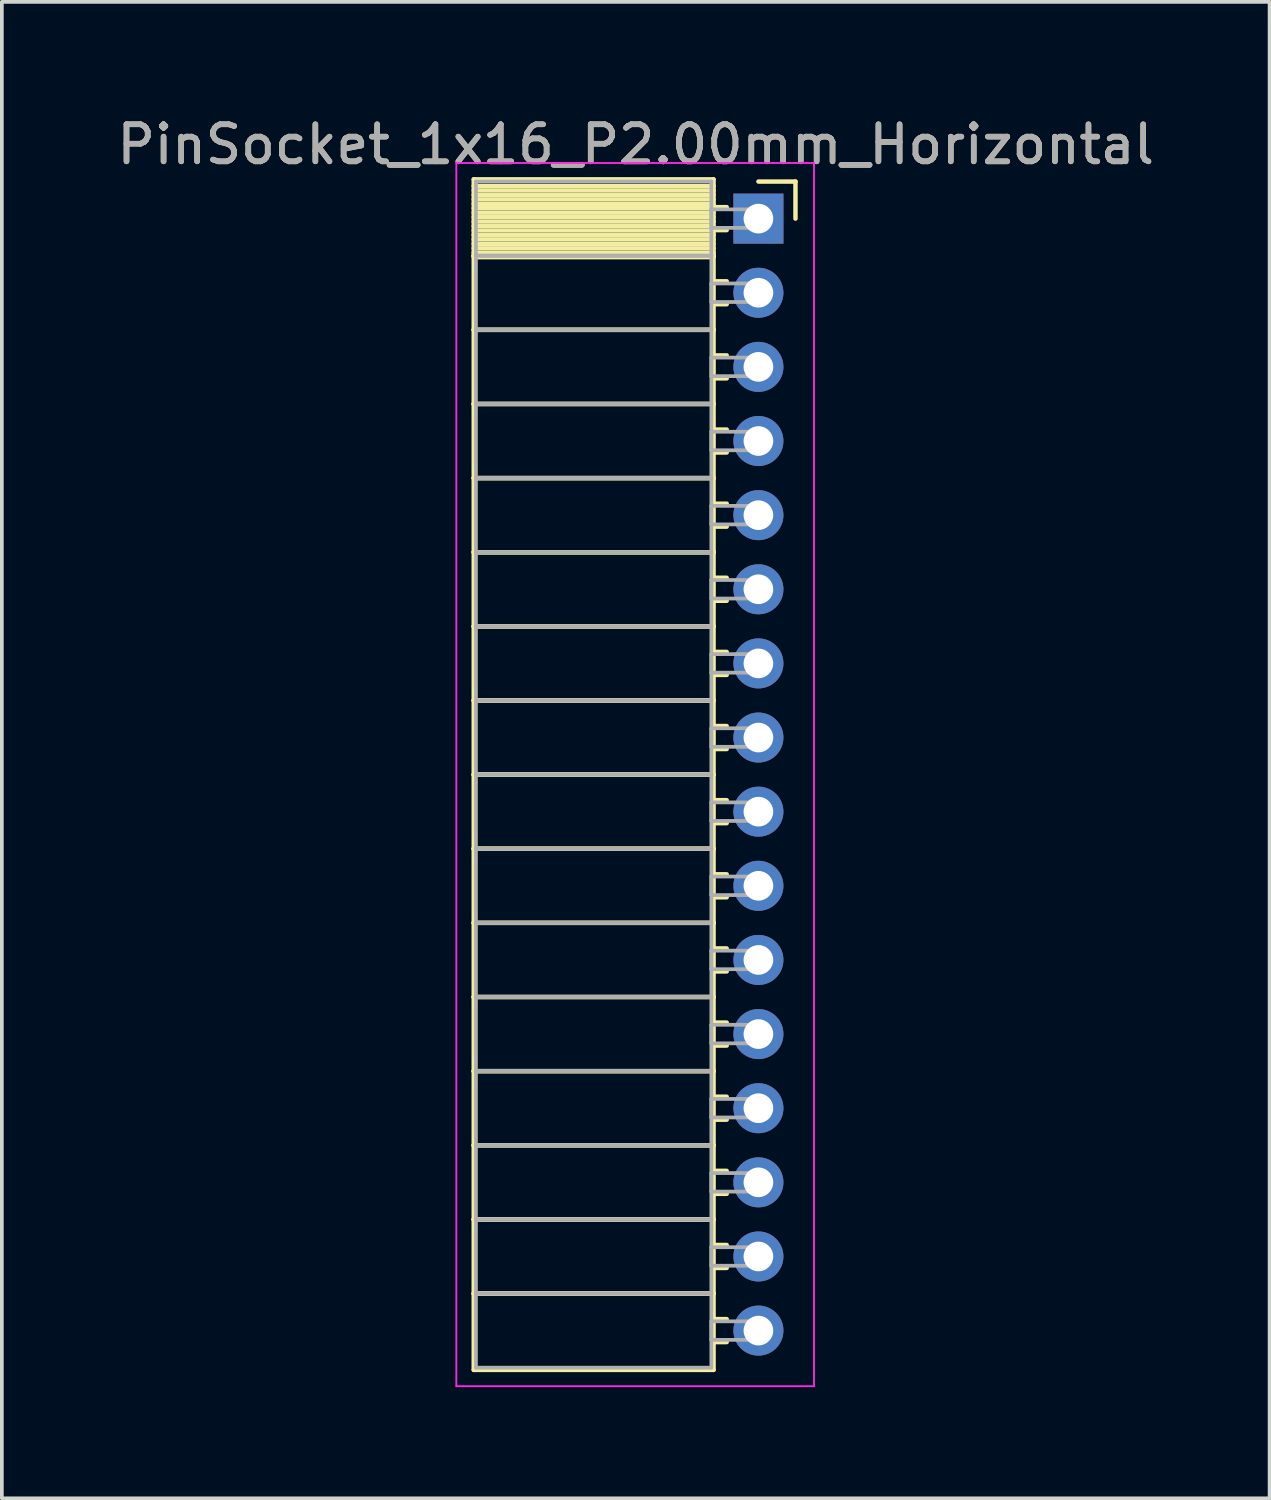
<source format=kicad_pcb>
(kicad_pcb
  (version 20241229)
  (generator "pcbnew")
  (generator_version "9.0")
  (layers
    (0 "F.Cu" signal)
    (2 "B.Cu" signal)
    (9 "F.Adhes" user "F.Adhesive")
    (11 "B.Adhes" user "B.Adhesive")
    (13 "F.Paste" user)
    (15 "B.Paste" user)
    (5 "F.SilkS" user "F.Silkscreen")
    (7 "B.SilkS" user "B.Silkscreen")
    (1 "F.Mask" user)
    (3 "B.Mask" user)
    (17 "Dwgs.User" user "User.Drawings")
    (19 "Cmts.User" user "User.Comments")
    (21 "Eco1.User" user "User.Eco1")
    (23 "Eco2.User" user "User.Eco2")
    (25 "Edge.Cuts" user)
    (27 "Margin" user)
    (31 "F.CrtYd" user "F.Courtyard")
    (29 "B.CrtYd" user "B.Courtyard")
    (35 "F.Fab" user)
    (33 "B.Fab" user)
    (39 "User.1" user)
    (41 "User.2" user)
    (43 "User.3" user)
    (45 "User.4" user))
  (footprint "PinSocket_1x16_P2.00mm_Horizontal"
    (layer "F.Cu")
    (at 17.411 2.848)
    (property "Reference" "PinSocket_1x16_P2.00mm_Horizontal" (at -3.31 -2 0) (layer "F.SilkS") (effects (font (size 1 1) (thickness 0.15))))
    (attr through_hole)
    (fp_line (start -7.68 -1.06) (end -1.21 -1.06) (stroke (width 0.12) (type solid)) (layer "F.SilkS"))
    (fp_line (start -7.68 1) (end -7.68 -1.06) (stroke (width 0.12) (type solid)) (layer "F.SilkS"))
    (fp_line (start -7.68 1) (end -1.21 1) (stroke (width 0.12) (type solid)) (layer "F.SilkS"))
    (fp_line (start -7.68 3) (end -7.68 1) (stroke (width 0.12) (type solid)) (layer "F.SilkS"))
    (fp_line (start -7.68 3) (end -1.21 3) (stroke (width 0.12) (type solid)) (layer "F.SilkS"))
    (fp_line (start -7.68 5) (end -7.68 3) (stroke (width 0.12) (type solid)) (layer "F.SilkS"))
    (fp_line (start -7.68 5) (end -1.21 5) (stroke (width 0.12) (type solid)) (layer "F.SilkS"))
    (fp_line (start -7.68 7) (end -7.68 5) (stroke (width 0.12) (type solid)) (layer "F.SilkS"))
    (fp_line (start -7.68 7) (end -1.21 7) (stroke (width 0.12) (type solid)) (layer "F.SilkS"))
    (fp_line (start -7.68 9) (end -7.68 7) (stroke (width 0.12) (type solid)) (layer "F.SilkS"))
    (fp_line (start -7.68 9) (end -1.21 9) (stroke (width 0.12) (type solid)) (layer "F.SilkS"))
    (fp_line (start -7.68 11) (end -7.68 9) (stroke (width 0.12) (type solid)) (layer "F.SilkS"))
    (fp_line (start -7.68 11) (end -1.21 11) (stroke (width 0.12) (type solid)) (layer "F.SilkS"))
    (fp_line (start -7.68 13) (end -7.68 11) (stroke (width 0.12) (type solid)) (layer "F.SilkS"))
    (fp_line (start -7.68 13) (end -1.21 13) (stroke (width 0.12) (type solid)) (layer "F.SilkS"))
    (fp_line (start -7.68 15) (end -7.68 13) (stroke (width 0.12) (type solid)) (layer "F.SilkS"))
    (fp_line (start -7.68 15) (end -1.21 15) (stroke (width 0.12) (type solid)) (layer "F.SilkS"))
    (fp_line (start -7.68 17) (end -7.68 15) (stroke (width 0.12) (type solid)) (layer "F.SilkS"))
    (fp_line (start -7.68 17) (end -1.21 17) (stroke (width 0.12) (type solid)) (layer "F.SilkS"))
    (fp_line (start -7.68 19) (end -7.68 17) (stroke (width 0.12) (type solid)) (layer "F.SilkS"))
    (fp_line (start -7.68 19) (end -1.21 19) (stroke (width 0.12) (type solid)) (layer "F.SilkS"))
    (fp_line (start -7.68 21) (end -7.68 19) (stroke (width 0.12) (type solid)) (layer "F.SilkS"))
    (fp_line (start -7.68 21) (end -1.21 21) (stroke (width 0.12) (type solid)) (layer "F.SilkS"))
    (fp_line (start -7.68 23) (end -7.68 21) (stroke (width 0.12) (type solid)) (layer "F.SilkS"))
    (fp_line (start -7.68 23) (end -1.21 23) (stroke (width 0.12) (type solid)) (layer "F.SilkS"))
    (fp_line (start -7.68 25) (end -7.68 23) (stroke (width 0.12) (type solid)) (layer "F.SilkS"))
    (fp_line (start -7.68 25) (end -1.21 25) (stroke (width 0.12) (type solid)) (layer "F.SilkS"))
    (fp_line (start -7.68 27) (end -7.68 25) (stroke (width 0.12) (type solid)) (layer "F.SilkS"))
    (fp_line (start -7.68 27) (end -1.21 27) (stroke (width 0.12) (type solid)) (layer "F.SilkS"))
    (fp_line (start -7.68 29) (end -7.68 27) (stroke (width 0.12) (type solid)) (layer "F.SilkS"))
    (fp_line (start -7.68 29) (end -1.21 29) (stroke (width 0.12) (type solid)) (layer "F.SilkS"))
    (fp_line (start -7.68 31.06) (end -7.68 29) (stroke (width 0.12) (type solid)) (layer "F.SilkS"))
    (fp_line (start -1.21 -1.06) (end -1.21 1) (stroke (width 0.12) (type solid)) (layer "F.SilkS"))
    (fp_line (start -1.21 -0.88) (end -7.68 -0.88) (stroke (width 0.12) (type solid)) (layer "F.SilkS"))
    (fp_line (start -1.21 -0.76) (end -7.68 -0.76) (stroke (width 0.12) (type solid)) (layer "F.SilkS"))
    (fp_line (start -1.21 -0.64) (end -7.68 -0.64) (stroke (width 0.12) (type solid)) (layer "F.SilkS"))
    (fp_line (start -1.21 -0.52) (end -7.68 -0.52) (stroke (width 0.12) (type solid)) (layer "F.SilkS"))
    (fp_line (start -1.21 -0.4) (end -7.68 -0.4) (stroke (width 0.12) (type solid)) (layer "F.SilkS"))
    (fp_line (start -1.21 -0.28) (end -7.68 -0.28) (stroke (width 0.12) (type solid)) (layer "F.SilkS"))
    (fp_line (start -1.21 -0.16) (end -7.68 -0.16) (stroke (width 0.12) (type solid)) (layer "F.SilkS"))
    (fp_line (start -1.21 -0.04) (end -7.68 -0.04) (stroke (width 0.12) (type solid)) (layer "F.SilkS"))
    (fp_line (start -1.21 0.08) (end -7.68 0.08) (stroke (width 0.12) (type solid)) (layer "F.SilkS"))
    (fp_line (start -1.21 0.2) (end -7.68 0.2) (stroke (width 0.12) (type solid)) (layer "F.SilkS"))
    (fp_line (start -1.21 0.32) (end -7.68 0.32) (stroke (width 0.12) (type solid)) (layer "F.SilkS"))
    (fp_line (start -1.21 0.44) (end -7.68 0.44) (stroke (width 0.12) (type solid)) (layer "F.SilkS"))
    (fp_line (start -1.21 0.56) (end -7.68 0.56) (stroke (width 0.12) (type solid)) (layer "F.SilkS"))
    (fp_line (start -1.21 0.68) (end -7.68 0.68) (stroke (width 0.12) (type solid)) (layer "F.SilkS"))
    (fp_line (start -1.21 0.8) (end -7.68 0.8) (stroke (width 0.12) (type solid)) (layer "F.SilkS"))
    (fp_line (start -1.21 0.92) (end -7.68 0.92) (stroke (width 0.12) (type solid)) (layer "F.SilkS"))
    (fp_line (start -1.21 1) (end -7.68 1) (stroke (width 0.12) (type solid)) (layer "F.SilkS"))
    (fp_line (start -1.21 1) (end -1.21 3) (stroke (width 0.12) (type solid)) (layer "F.SilkS"))
    (fp_line (start -1.21 1.04) (end -7.68 1.04) (stroke (width 0.12) (type solid)) (layer "F.SilkS"))
    (fp_line (start -1.21 3) (end -7.68 3) (stroke (width 0.12) (type solid)) (layer "F.SilkS"))
    (fp_line (start -1.21 3) (end -1.21 5) (stroke (width 0.12) (type solid)) (layer "F.SilkS"))
    (fp_line (start -1.21 5) (end -7.68 5) (stroke (width 0.12) (type solid)) (layer "F.SilkS"))
    (fp_line (start -1.21 5) (end -1.21 7) (stroke (width 0.12) (type solid)) (layer "F.SilkS"))
    (fp_line (start -1.21 7) (end -7.68 7) (stroke (width 0.12) (type solid)) (layer "F.SilkS"))
    (fp_line (start -1.21 7) (end -1.21 9) (stroke (width 0.12) (type solid)) (layer "F.SilkS"))
    (fp_line (start -1.21 9) (end -7.68 9) (stroke (width 0.12) (type solid)) (layer "F.SilkS"))
    (fp_line (start -1.21 9) (end -1.21 11) (stroke (width 0.12) (type solid)) (layer "F.SilkS"))
    (fp_line (start -1.21 11) (end -7.68 11) (stroke (width 0.12) (type solid)) (layer "F.SilkS"))
    (fp_line (start -1.21 11) (end -1.21 13) (stroke (width 0.12) (type solid)) (layer "F.SilkS"))
    (fp_line (start -1.21 13) (end -7.68 13) (stroke (width 0.12) (type solid)) (layer "F.SilkS"))
    (fp_line (start -1.21 13) (end -1.21 15) (stroke (width 0.12) (type solid)) (layer "F.SilkS"))
    (fp_line (start -1.21 15) (end -7.68 15) (stroke (width 0.12) (type solid)) (layer "F.SilkS"))
    (fp_line (start -1.21 15) (end -1.21 17) (stroke (width 0.12) (type solid)) (layer "F.SilkS"))
    (fp_line (start -1.21 17) (end -7.68 17) (stroke (width 0.12) (type solid)) (layer "F.SilkS"))
    (fp_line (start -1.21 17) (end -1.21 19) (stroke (width 0.12) (type solid)) (layer "F.SilkS"))
    (fp_line (start -1.21 19) (end -7.68 19) (stroke (width 0.12) (type solid)) (layer "F.SilkS"))
    (fp_line (start -1.21 19) (end -1.21 21) (stroke (width 0.12) (type solid)) (layer "F.SilkS"))
    (fp_line (start -1.21 21) (end -7.68 21) (stroke (width 0.12) (type solid)) (layer "F.SilkS"))
    (fp_line (start -1.21 21) (end -1.21 23) (stroke (width 0.12) (type solid)) (layer "F.SilkS"))
    (fp_line (start -1.21 23) (end -7.68 23) (stroke (width 0.12) (type solid)) (layer "F.SilkS"))
    (fp_line (start -1.21 23) (end -1.21 25) (stroke (width 0.12) (type solid)) (layer "F.SilkS"))
    (fp_line (start -1.21 25) (end -7.68 25) (stroke (width 0.12) (type solid)) (layer "F.SilkS"))
    (fp_line (start -1.21 25) (end -1.21 27) (stroke (width 0.12) (type solid)) (layer "F.SilkS"))
    (fp_line (start -1.21 27) (end -7.68 27) (stroke (width 0.12) (type solid)) (layer "F.SilkS"))
    (fp_line (start -1.21 27) (end -1.21 29) (stroke (width 0.12) (type solid)) (layer "F.SilkS"))
    (fp_line (start -1.21 29) (end -7.68 29) (stroke (width 0.12) (type solid)) (layer "F.SilkS"))
    (fp_line (start -1.21 29) (end -1.21 31.06) (stroke (width 0.12) (type solid)) (layer "F.SilkS"))
    (fp_line (start -1.21 31.06) (end -7.68 31.06) (stroke (width 0.12) (type solid)) (layer "F.SilkS"))
    (fp_line (start -0.855 -0.31) (end -1.21 -0.31) (stroke (width 0.12) (type solid)) (layer "F.SilkS"))
    (fp_line (start -0.855 0.31) (end -1.21 0.31) (stroke (width 0.12) (type solid)) (layer "F.SilkS"))
    (fp_line (start -0.855 1.69) (end -1.21 1.69) (stroke (width 0.12) (type solid)) (layer "F.SilkS"))
    (fp_line (start -0.855 2.31) (end -1.21 2.31) (stroke (width 0.12) (type solid)) (layer "F.SilkS"))
    (fp_line (start -0.855 3.69) (end -1.21 3.69) (stroke (width 0.12) (type solid)) (layer "F.SilkS"))
    (fp_line (start -0.855 4.31) (end -1.21 4.31) (stroke (width 0.12) (type solid)) (layer "F.SilkS"))
    (fp_line (start -0.855 5.69) (end -1.21 5.69) (stroke (width 0.12) (type solid)) (layer "F.SilkS"))
    (fp_line (start -0.855 6.31) (end -1.21 6.31) (stroke (width 0.12) (type solid)) (layer "F.SilkS"))
    (fp_line (start -0.855 7.69) (end -1.21 7.69) (stroke (width 0.12) (type solid)) (layer "F.SilkS"))
    (fp_line (start -0.855 8.31) (end -1.21 8.31) (stroke (width 0.12) (type solid)) (layer "F.SilkS"))
    (fp_line (start -0.855 9.69) (end -1.21 9.69) (stroke (width 0.12) (type solid)) (layer "F.SilkS"))
    (fp_line (start -0.855 10.31) (end -1.21 10.31) (stroke (width 0.12) (type solid)) (layer "F.SilkS"))
    (fp_line (start -0.855 11.69) (end -1.21 11.69) (stroke (width 0.12) (type solid)) (layer "F.SilkS"))
    (fp_line (start -0.855 12.31) (end -1.21 12.31) (stroke (width 0.12) (type solid)) (layer "F.SilkS"))
    (fp_line (start -0.855 13.69) (end -1.21 13.69) (stroke (width 0.12) (type solid)) (layer "F.SilkS"))
    (fp_line (start -0.855 14.31) (end -1.21 14.31) (stroke (width 0.12) (type solid)) (layer "F.SilkS"))
    (fp_line (start -0.855 15.69) (end -1.21 15.69) (stroke (width 0.12) (type solid)) (layer "F.SilkS"))
    (fp_line (start -0.855 16.31) (end -1.21 16.31) (stroke (width 0.12) (type solid)) (layer "F.SilkS"))
    (fp_line (start -0.855 17.69) (end -1.21 17.69) (stroke (width 0.12) (type solid)) (layer "F.SilkS"))
    (fp_line (start -0.855 18.31) (end -1.21 18.31) (stroke (width 0.12) (type solid)) (layer "F.SilkS"))
    (fp_line (start -0.855 19.69) (end -1.21 19.69) (stroke (width 0.12) (type solid)) (layer "F.SilkS"))
    (fp_line (start -0.855 20.31) (end -1.21 20.31) (stroke (width 0.12) (type solid)) (layer "F.SilkS"))
    (fp_line (start -0.855 21.69) (end -1.21 21.69) (stroke (width 0.12) (type solid)) (layer "F.SilkS"))
    (fp_line (start -0.855 22.31) (end -1.21 22.31) (stroke (width 0.12) (type solid)) (layer "F.SilkS"))
    (fp_line (start -0.855 23.69) (end -1.21 23.69) (stroke (width 0.12) (type solid)) (layer "F.SilkS"))
    (fp_line (start -0.855 24.31) (end -1.21 24.31) (stroke (width 0.12) (type solid)) (layer "F.SilkS"))
    (fp_line (start -0.855 25.69) (end -1.21 25.69) (stroke (width 0.12) (type solid)) (layer "F.SilkS"))
    (fp_line (start -0.855 26.31) (end -1.21 26.31) (stroke (width 0.12) (type solid)) (layer "F.SilkS"))
    (fp_line (start -0.855 27.69) (end -1.21 27.69) (stroke (width 0.12) (type solid)) (layer "F.SilkS"))
    (fp_line (start -0.855 28.31) (end -1.21 28.31) (stroke (width 0.12) (type solid)) (layer "F.SilkS"))
    (fp_line (start -0.855 29.69) (end -1.21 29.69) (stroke (width 0.12) (type solid)) (layer "F.SilkS"))
    (fp_line (start -0.855 30.31) (end -1.21 30.31) (stroke (width 0.12) (type solid)) (layer "F.SilkS"))
    (fp_line (start 0 -1) (end 1 -1) (stroke (width 0.12) (type solid)) (layer "F.SilkS"))
    (fp_line (start 1 -1) (end 1 0) (stroke (width 0.12) (type solid)) (layer "F.SilkS"))
    (fp_line (start -8.15 -1.5) (end 1.5 -1.5) (stroke (width 0.05) (type solid)) (layer "F.CrtYd"))
    (fp_line (start -8.15 31.5) (end -8.15 -1.5) (stroke (width 0.05) (type solid)) (layer "F.CrtYd"))
    (fp_line (start 1.5 -1.5) (end 1.5 31.5) (stroke (width 0.05) (type solid)) (layer "F.CrtYd"))
    (fp_line (start 1.5 31.5) (end -8.15 31.5) (stroke (width 0.05) (type solid)) (layer "F.CrtYd"))
    (fp_line (start -7.62 -1) (end -1.27 -1) (stroke (width 0.1) (type solid)) (layer "F.Fab"))
    (fp_line (start -7.62 1) (end -7.62 -1) (stroke (width 0.1) (type solid)) (layer "F.Fab"))
    (fp_line (start -7.62 1) (end -1.27 1) (stroke (width 0.1) (type solid)) (layer "F.Fab"))
    (fp_line (start -7.62 3) (end -7.62 1) (stroke (width 0.1) (type solid)) (layer "F.Fab"))
    (fp_line (start -7.62 3) (end -1.27 3) (stroke (width 0.1) (type solid)) (layer "F.Fab"))
    (fp_line (start -7.62 5) (end -7.62 3) (stroke (width 0.1) (type solid)) (layer "F.Fab"))
    (fp_line (start -7.62 5) (end -1.27 5) (stroke (width 0.1) (type solid)) (layer "F.Fab"))
    (fp_line (start -7.62 7) (end -7.62 5) (stroke (width 0.1) (type solid)) (layer "F.Fab"))
    (fp_line (start -7.62 7) (end -1.27 7) (stroke (width 0.1) (type solid)) (layer "F.Fab"))
    (fp_line (start -7.62 9) (end -7.62 7) (stroke (width 0.1) (type solid)) (layer "F.Fab"))
    (fp_line (start -7.62 9) (end -1.27 9) (stroke (width 0.1) (type solid)) (layer "F.Fab"))
    (fp_line (start -7.62 11) (end -7.62 9) (stroke (width 0.1) (type solid)) (layer "F.Fab"))
    (fp_line (start -7.62 11) (end -1.27 11) (stroke (width 0.1) (type solid)) (layer "F.Fab"))
    (fp_line (start -7.62 13) (end -7.62 11) (stroke (width 0.1) (type solid)) (layer "F.Fab"))
    (fp_line (start -7.62 13) (end -1.27 13) (stroke (width 0.1) (type solid)) (layer "F.Fab"))
    (fp_line (start -7.62 15) (end -7.62 13) (stroke (width 0.1) (type solid)) (layer "F.Fab"))
    (fp_line (start -7.62 15) (end -1.27 15) (stroke (width 0.1) (type solid)) (layer "F.Fab"))
    (fp_line (start -7.62 17) (end -7.62 15) (stroke (width 0.1) (type solid)) (layer "F.Fab"))
    (fp_line (start -7.62 17) (end -1.27 17) (stroke (width 0.1) (type solid)) (layer "F.Fab"))
    (fp_line (start -7.62 19) (end -7.62 17) (stroke (width 0.1) (type solid)) (layer "F.Fab"))
    (fp_line (start -7.62 19) (end -1.27 19) (stroke (width 0.1) (type solid)) (layer "F.Fab"))
    (fp_line (start -7.62 21) (end -7.62 19) (stroke (width 0.1) (type solid)) (layer "F.Fab"))
    (fp_line (start -7.62 21) (end -1.27 21) (stroke (width 0.1) (type solid)) (layer "F.Fab"))
    (fp_line (start -7.62 23) (end -7.62 21) (stroke (width 0.1) (type solid)) (layer "F.Fab"))
    (fp_line (start -7.62 23) (end -1.27 23) (stroke (width 0.1) (type solid)) (layer "F.Fab"))
    (fp_line (start -7.62 25) (end -7.62 23) (stroke (width 0.1) (type solid)) (layer "F.Fab"))
    (fp_line (start -7.62 25) (end -1.27 25) (stroke (width 0.1) (type solid)) (layer "F.Fab"))
    (fp_line (start -7.62 27) (end -7.62 25) (stroke (width 0.1) (type solid)) (layer "F.Fab"))
    (fp_line (start -7.62 27) (end -1.27 27) (stroke (width 0.1) (type solid)) (layer "F.Fab"))
    (fp_line (start -7.62 29) (end -7.62 27) (stroke (width 0.1) (type solid)) (layer "F.Fab"))
    (fp_line (start -7.62 29) (end -1.27 29) (stroke (width 0.1) (type solid)) (layer "F.Fab"))
    (fp_line (start -7.62 31) (end -7.62 29) (stroke (width 0.1) (type solid)) (layer "F.Fab"))
    (fp_line (start -1.27 -1) (end -1.27 1) (stroke (width 0.1) (type solid)) (layer "F.Fab"))
    (fp_line (start -1.27 -0.25) (end 0 -0.25) (stroke (width 0.1) (type solid)) (layer "F.Fab"))
    (fp_line (start -1.27 0.25) (end -1.27 -0.25) (stroke (width 0.1) (type solid)) (layer "F.Fab"))
    (fp_line (start -1.27 1) (end -7.62 1) (stroke (width 0.1) (type solid)) (layer "F.Fab"))
    (fp_line (start -1.27 1) (end -1.27 3) (stroke (width 0.1) (type solid)) (layer "F.Fab"))
    (fp_line (start -1.27 1.75) (end 0 1.75) (stroke (width 0.1) (type solid)) (layer "F.Fab"))
    (fp_line (start -1.27 2.25) (end -1.27 1.75) (stroke (width 0.1) (type solid)) (layer "F.Fab"))
    (fp_line (start -1.27 3) (end -7.62 3) (stroke (width 0.1) (type solid)) (layer "F.Fab"))
    (fp_line (start -1.27 3) (end -1.27 5) (stroke (width 0.1) (type solid)) (layer "F.Fab"))
    (fp_line (start -1.27 3.75) (end 0 3.75) (stroke (width 0.1) (type solid)) (layer "F.Fab"))
    (fp_line (start -1.27 4.25) (end -1.27 3.75) (stroke (width 0.1) (type solid)) (layer "F.Fab"))
    (fp_line (start -1.27 5) (end -7.62 5) (stroke (width 0.1) (type solid)) (layer "F.Fab"))
    (fp_line (start -1.27 5) (end -1.27 7) (stroke (width 0.1) (type solid)) (layer "F.Fab"))
    (fp_line (start -1.27 5.75) (end 0 5.75) (stroke (width 0.1) (type solid)) (layer "F.Fab"))
    (fp_line (start -1.27 6.25) (end -1.27 5.75) (stroke (width 0.1) (type solid)) (layer "F.Fab"))
    (fp_line (start -1.27 7) (end -7.62 7) (stroke (width 0.1) (type solid)) (layer "F.Fab"))
    (fp_line (start -1.27 7) (end -1.27 9) (stroke (width 0.1) (type solid)) (layer "F.Fab"))
    (fp_line (start -1.27 7.75) (end 0 7.75) (stroke (width 0.1) (type solid)) (layer "F.Fab"))
    (fp_line (start -1.27 8.25) (end -1.27 7.75) (stroke (width 0.1) (type solid)) (layer "F.Fab"))
    (fp_line (start -1.27 9) (end -7.62 9) (stroke (width 0.1) (type solid)) (layer "F.Fab"))
    (fp_line (start -1.27 9) (end -1.27 11) (stroke (width 0.1) (type solid)) (layer "F.Fab"))
    (fp_line (start -1.27 9.75) (end 0 9.75) (stroke (width 0.1) (type solid)) (layer "F.Fab"))
    (fp_line (start -1.27 10.25) (end -1.27 9.75) (stroke (width 0.1) (type solid)) (layer "F.Fab"))
    (fp_line (start -1.27 11) (end -7.62 11) (stroke (width 0.1) (type solid)) (layer "F.Fab"))
    (fp_line (start -1.27 11) (end -1.27 13) (stroke (width 0.1) (type solid)) (layer "F.Fab"))
    (fp_line (start -1.27 11.75) (end 0 11.75) (stroke (width 0.1) (type solid)) (layer "F.Fab"))
    (fp_line (start -1.27 12.25) (end -1.27 11.75) (stroke (width 0.1) (type solid)) (layer "F.Fab"))
    (fp_line (start -1.27 13) (end -7.62 13) (stroke (width 0.1) (type solid)) (layer "F.Fab"))
    (fp_line (start -1.27 13) (end -1.27 15) (stroke (width 0.1) (type solid)) (layer "F.Fab"))
    (fp_line (start -1.27 13.75) (end 0 13.75) (stroke (width 0.1) (type solid)) (layer "F.Fab"))
    (fp_line (start -1.27 14.25) (end -1.27 13.75) (stroke (width 0.1) (type solid)) (layer "F.Fab"))
    (fp_line (start -1.27 15) (end -7.62 15) (stroke (width 0.1) (type solid)) (layer "F.Fab"))
    (fp_line (start -1.27 15) (end -1.27 17) (stroke (width 0.1) (type solid)) (layer "F.Fab"))
    (fp_line (start -1.27 15.75) (end 0 15.75) (stroke (width 0.1) (type solid)) (layer "F.Fab"))
    (fp_line (start -1.27 16.25) (end -1.27 15.75) (stroke (width 0.1) (type solid)) (layer "F.Fab"))
    (fp_line (start -1.27 17) (end -7.62 17) (stroke (width 0.1) (type solid)) (layer "F.Fab"))
    (fp_line (start -1.27 17) (end -1.27 19) (stroke (width 0.1) (type solid)) (layer "F.Fab"))
    (fp_line (start -1.27 17.75) (end 0 17.75) (stroke (width 0.1) (type solid)) (layer "F.Fab"))
    (fp_line (start -1.27 18.25) (end -1.27 17.75) (stroke (width 0.1) (type solid)) (layer "F.Fab"))
    (fp_line (start -1.27 19) (end -7.62 19) (stroke (width 0.1) (type solid)) (layer "F.Fab"))
    (fp_line (start -1.27 19) (end -1.27 21) (stroke (width 0.1) (type solid)) (layer "F.Fab"))
    (fp_line (start -1.27 19.75) (end 0 19.75) (stroke (width 0.1) (type solid)) (layer "F.Fab"))
    (fp_line (start -1.27 20.25) (end -1.27 19.75) (stroke (width 0.1) (type solid)) (layer "F.Fab"))
    (fp_line (start -1.27 21) (end -7.62 21) (stroke (width 0.1) (type solid)) (layer "F.Fab"))
    (fp_line (start -1.27 21) (end -1.27 23) (stroke (width 0.1) (type solid)) (layer "F.Fab"))
    (fp_line (start -1.27 21.75) (end 0 21.75) (stroke (width 0.1) (type solid)) (layer "F.Fab"))
    (fp_line (start -1.27 22.25) (end -1.27 21.75) (stroke (width 0.1) (type solid)) (layer "F.Fab"))
    (fp_line (start -1.27 23) (end -7.62 23) (stroke (width 0.1) (type solid)) (layer "F.Fab"))
    (fp_line (start -1.27 23) (end -1.27 25) (stroke (width 0.1) (type solid)) (layer "F.Fab"))
    (fp_line (start -1.27 23.75) (end 0 23.75) (stroke (width 0.1) (type solid)) (layer "F.Fab"))
    (fp_line (start -1.27 24.25) (end -1.27 23.75) (stroke (width 0.1) (type solid)) (layer "F.Fab"))
    (fp_line (start -1.27 25) (end -7.62 25) (stroke (width 0.1) (type solid)) (layer "F.Fab"))
    (fp_line (start -1.27 25) (end -1.27 27) (stroke (width 0.1) (type solid)) (layer "F.Fab"))
    (fp_line (start -1.27 25.75) (end 0 25.75) (stroke (width 0.1) (type solid)) (layer "F.Fab"))
    (fp_line (start -1.27 26.25) (end -1.27 25.75) (stroke (width 0.1) (type solid)) (layer "F.Fab"))
    (fp_line (start -1.27 27) (end -7.62 27) (stroke (width 0.1) (type solid)) (layer "F.Fab"))
    (fp_line (start -1.27 27) (end -1.27 29) (stroke (width 0.1) (type solid)) (layer "F.Fab"))
    (fp_line (start -1.27 27.75) (end 0 27.75) (stroke (width 0.1) (type solid)) (layer "F.Fab"))
    (fp_line (start -1.27 28.25) (end -1.27 27.75) (stroke (width 0.1) (type solid)) (layer "F.Fab"))
    (fp_line (start -1.27 29) (end -7.62 29) (stroke (width 0.1) (type solid)) (layer "F.Fab"))
    (fp_line (start -1.27 29) (end -1.27 31) (stroke (width 0.1) (type solid)) (layer "F.Fab"))
    (fp_line (start -1.27 29.75) (end 0 29.75) (stroke (width 0.1) (type solid)) (layer "F.Fab"))
    (fp_line (start -1.27 30.25) (end -1.27 29.75) (stroke (width 0.1) (type solid)) (layer "F.Fab"))
    (fp_line (start -1.27 31) (end -7.62 31) (stroke (width 0.1) (type solid)) (layer "F.Fab"))
    (fp_line (start 0 -0.25) (end 0 0.25) (stroke (width 0.1) (type solid)) (layer "F.Fab"))
    (fp_line (start 0 0.25) (end -1.27 0.25) (stroke (width 0.1) (type solid)) (layer "F.Fab"))
    (fp_line (start 0 1.75) (end 0 2.25) (stroke (width 0.1) (type solid)) (layer "F.Fab"))
    (fp_line (start 0 2.25) (end -1.27 2.25) (stroke (width 0.1) (type solid)) (layer "F.Fab"))
    (fp_line (start 0 3.75) (end 0 4.25) (stroke (width 0.1) (type solid)) (layer "F.Fab"))
    (fp_line (start 0 4.25) (end -1.27 4.25) (stroke (width 0.1) (type solid)) (layer "F.Fab"))
    (fp_line (start 0 5.75) (end 0 6.25) (stroke (width 0.1) (type solid)) (layer "F.Fab"))
    (fp_line (start 0 6.25) (end -1.27 6.25) (stroke (width 0.1) (type solid)) (layer "F.Fab"))
    (fp_line (start 0 7.75) (end 0 8.25) (stroke (width 0.1) (type solid)) (layer "F.Fab"))
    (fp_line (start 0 8.25) (end -1.27 8.25) (stroke (width 0.1) (type solid)) (layer "F.Fab"))
    (fp_line (start 0 9.75) (end 0 10.25) (stroke (width 0.1) (type solid)) (layer "F.Fab"))
    (fp_line (start 0 10.25) (end -1.27 10.25) (stroke (width 0.1) (type solid)) (layer "F.Fab"))
    (fp_line (start 0 11.75) (end 0 12.25) (stroke (width 0.1) (type solid)) (layer "F.Fab"))
    (fp_line (start 0 12.25) (end -1.27 12.25) (stroke (width 0.1) (type solid)) (layer "F.Fab"))
    (fp_line (start 0 13.75) (end 0 14.25) (stroke (width 0.1) (type solid)) (layer "F.Fab"))
    (fp_line (start 0 14.25) (end -1.27 14.25) (stroke (width 0.1) (type solid)) (layer "F.Fab"))
    (fp_line (start 0 15.75) (end 0 16.25) (stroke (width 0.1) (type solid)) (layer "F.Fab"))
    (fp_line (start 0 16.25) (end -1.27 16.25) (stroke (width 0.1) (type solid)) (layer "F.Fab"))
    (fp_line (start 0 17.75) (end 0 18.25) (stroke (width 0.1) (type solid)) (layer "F.Fab"))
    (fp_line (start 0 18.25) (end -1.27 18.25) (stroke (width 0.1) (type solid)) (layer "F.Fab"))
    (fp_line (start 0 19.75) (end 0 20.25) (stroke (width 0.1) (type solid)) (layer "F.Fab"))
    (fp_line (start 0 20.25) (end -1.27 20.25) (stroke (width 0.1) (type solid)) (layer "F.Fab"))
    (fp_line (start 0 21.75) (end 0 22.25) (stroke (width 0.1) (type solid)) (layer "F.Fab"))
    (fp_line (start 0 22.25) (end -1.27 22.25) (stroke (width 0.1) (type solid)) (layer "F.Fab"))
    (fp_line (start 0 23.75) (end 0 24.25) (stroke (width 0.1) (type solid)) (layer "F.Fab"))
    (fp_line (start 0 24.25) (end -1.27 24.25) (stroke (width 0.1) (type solid)) (layer "F.Fab"))
    (fp_line (start 0 25.75) (end 0 26.25) (stroke (width 0.1) (type solid)) (layer "F.Fab"))
    (fp_line (start 0 26.25) (end -1.27 26.25) (stroke (width 0.1) (type solid)) (layer "F.Fab"))
    (fp_line (start 0 27.75) (end 0 28.25) (stroke (width 0.1) (type solid)) (layer "F.Fab"))
    (fp_line (start 0 28.25) (end -1.27 28.25) (stroke (width 0.1) (type solid)) (layer "F.Fab"))
    (fp_line (start 0 29.75) (end 0 30.25) (stroke (width 0.1) (type solid)) (layer "F.Fab"))
    (fp_line (start 0 30.25) (end -1.27 30.25) (stroke (width 0.1) (type solid)) (layer "F.Fab"))
    (fp_text user "${REFERENCE}" (at -3.31 -2 0) (layer "F.Fab") (effects (font (size 1 1) (thickness 0.15))))
    (pad "1" thru_hole rect (at 0 0) (size 1.35 1.35) (drill 0.8) (layers "*.Cu" "*.Mask"))
    (pad "2" thru_hole oval (at 0 2) (size 1.35 1.35) (drill 0.8) (layers "*.Cu" "*.Mask"))
    (pad "3" thru_hole oval (at 0 4) (size 1.35 1.35) (drill 0.8) (layers "*.Cu" "*.Mask"))
    (pad "4" thru_hole oval (at 0 6) (size 1.35 1.35) (drill 0.8) (layers "*.Cu" "*.Mask"))
    (pad "5" thru_hole oval (at 0 8) (size 1.35 1.35) (drill 0.8) (layers "*.Cu" "*.Mask"))
    (pad "6" thru_hole oval (at 0 10) (size 1.35 1.35) (drill 0.8) (layers "*.Cu" "*.Mask"))
    (pad "7" thru_hole oval (at 0 12) (size 1.35 1.35) (drill 0.8) (layers "*.Cu" "*.Mask"))
    (pad "8" thru_hole oval (at 0 14) (size 1.35 1.35) (drill 0.8) (layers "*.Cu" "*.Mask"))
    (pad "9" thru_hole oval (at 0 16) (size 1.35 1.35) (drill 0.8) (layers "*.Cu" "*.Mask"))
    (pad "10" thru_hole oval (at 0 18) (size 1.35 1.35) (drill 0.8) (layers "*.Cu" "*.Mask"))
    (pad "11" thru_hole oval (at 0 20) (size 1.35 1.35) (drill 0.8) (layers "*.Cu" "*.Mask"))
    (pad "12" thru_hole oval (at 0 22) (size 1.35 1.35) (drill 0.8) (layers "*.Cu" "*.Mask"))
    (pad "13" thru_hole oval (at 0 24) (size 1.35 1.35) (drill 0.8) (layers "*.Cu" "*.Mask"))
    (pad "14" thru_hole oval (at 0 26) (size 1.35 1.35) (drill 0.8) (layers "*.Cu" "*.Mask"))
    (pad "15" thru_hole oval (at 0 28) (size 1.35 1.35) (drill 0.8) (layers "*.Cu" "*.Mask"))
    (pad "16" thru_hole oval (at 0 30) (size 1.35 1.35) (drill 0.8) (layers "*.Cu" "*.Mask")))
  (gr_rect
    (start -3 -3)
    (end 31.202 37.373)
    (stroke (width 0.1) (type default))
    (fill no)
    (layer "Edge.Cuts")))
</source>
